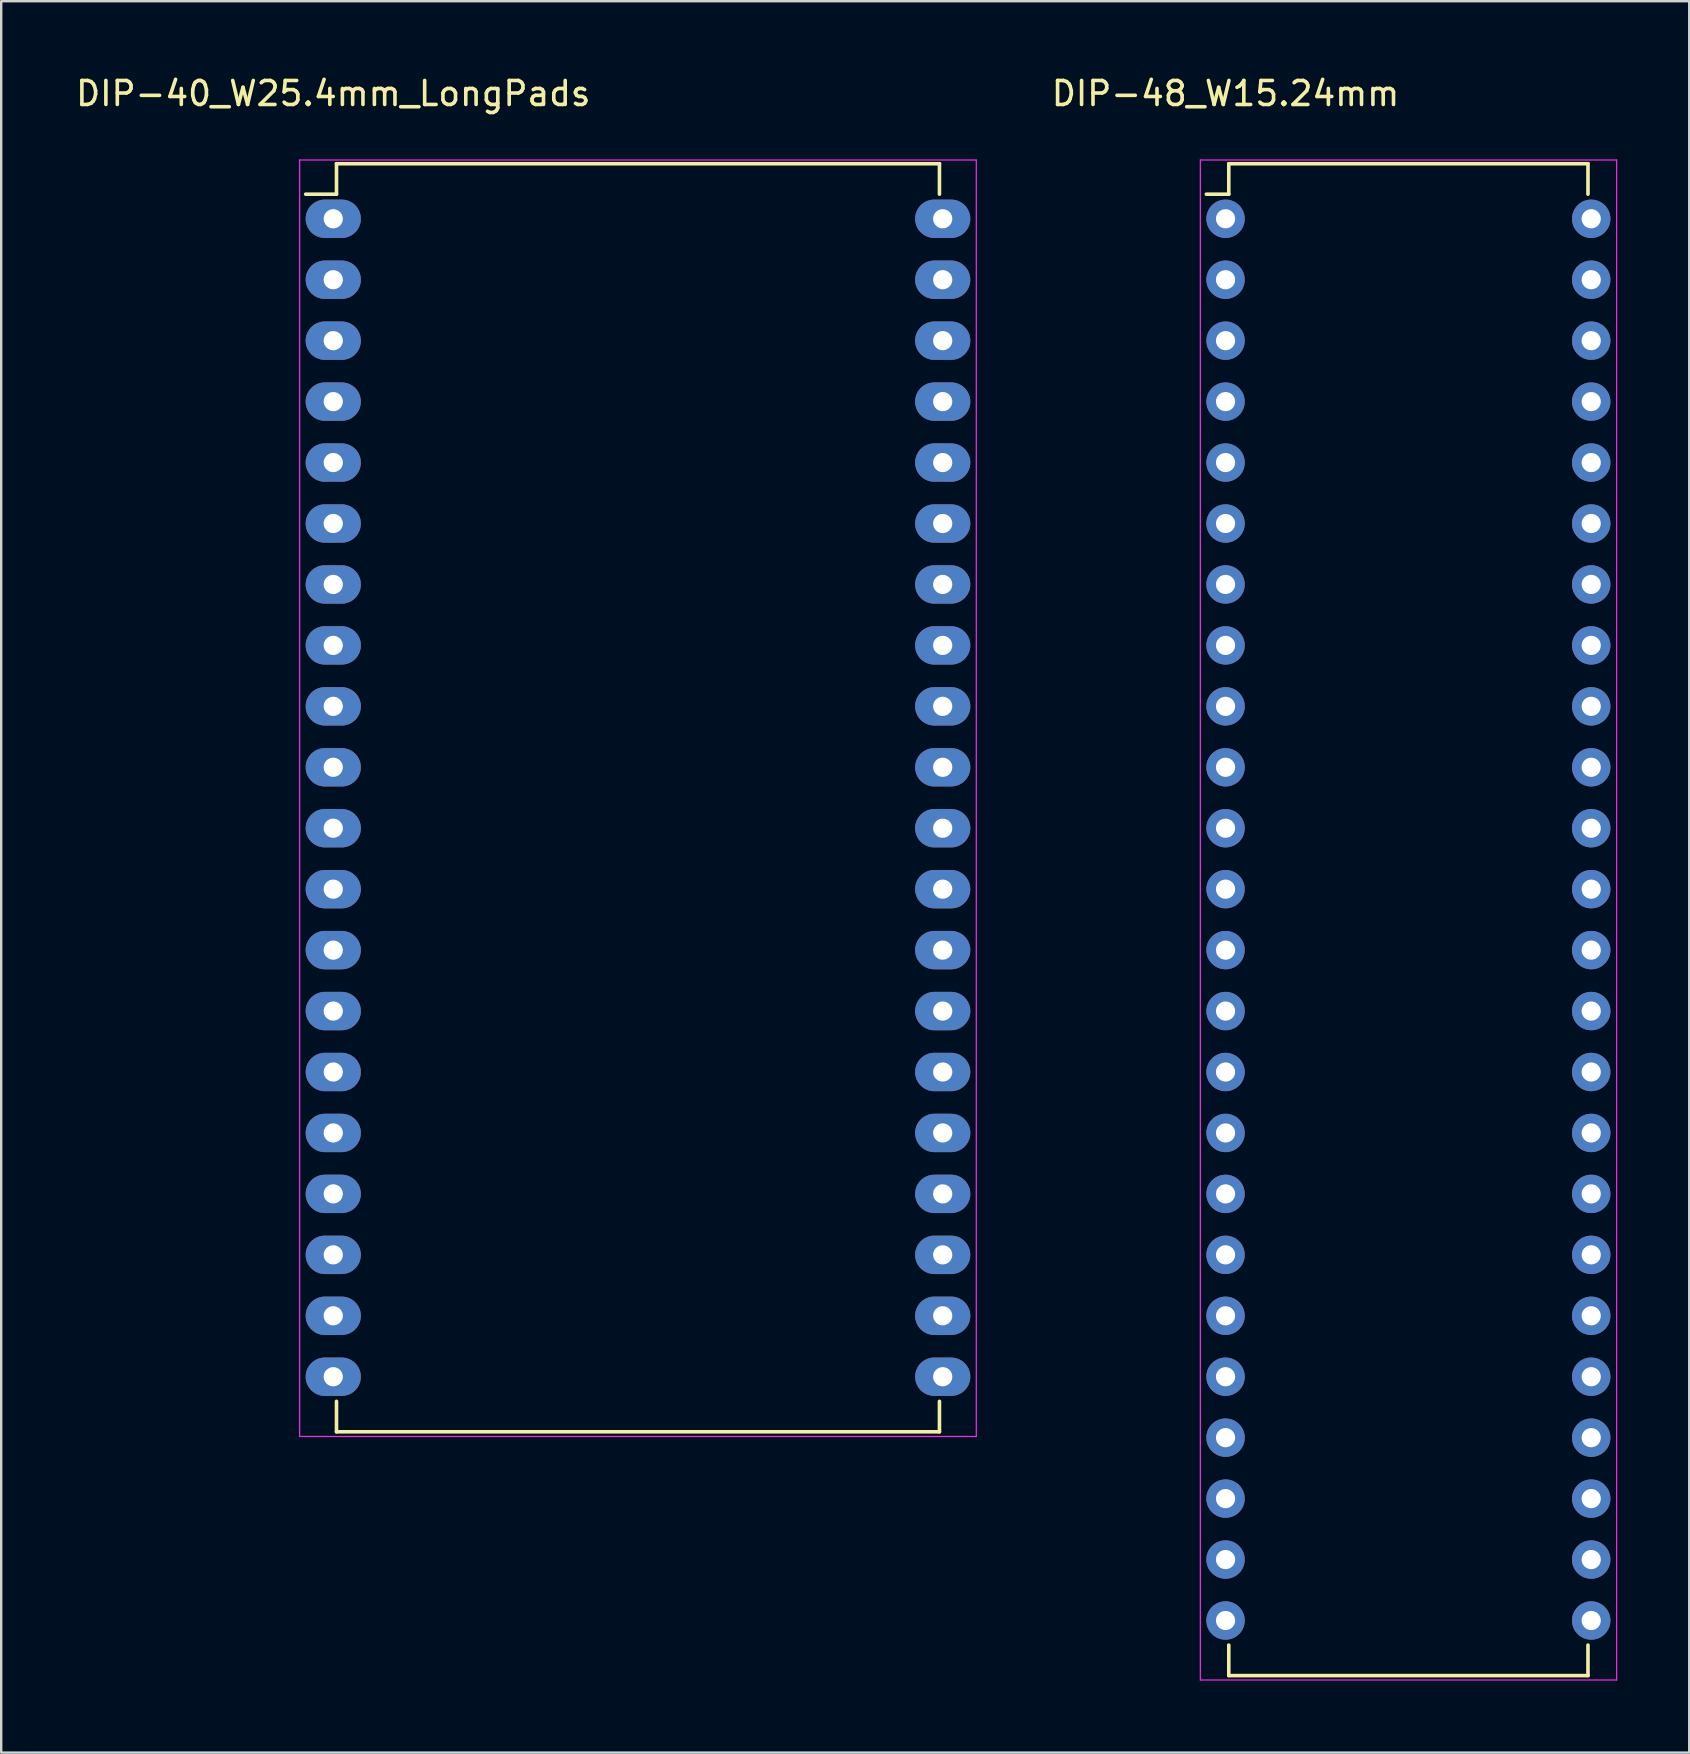
<source format=kicad_pcb>
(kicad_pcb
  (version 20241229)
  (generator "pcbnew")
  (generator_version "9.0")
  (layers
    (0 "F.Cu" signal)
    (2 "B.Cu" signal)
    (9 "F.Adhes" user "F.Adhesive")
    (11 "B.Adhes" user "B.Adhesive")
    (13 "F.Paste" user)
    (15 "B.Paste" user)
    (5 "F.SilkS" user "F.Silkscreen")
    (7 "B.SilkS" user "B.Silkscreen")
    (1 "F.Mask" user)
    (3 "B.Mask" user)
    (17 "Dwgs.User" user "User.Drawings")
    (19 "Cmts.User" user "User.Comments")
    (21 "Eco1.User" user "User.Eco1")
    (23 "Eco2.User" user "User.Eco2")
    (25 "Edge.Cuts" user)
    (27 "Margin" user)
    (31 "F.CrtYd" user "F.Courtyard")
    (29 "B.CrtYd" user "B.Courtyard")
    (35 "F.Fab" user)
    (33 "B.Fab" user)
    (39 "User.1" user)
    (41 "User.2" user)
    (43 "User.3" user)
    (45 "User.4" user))
  (footprint "DIP-48_W15.24mm"
    (layer "F.Cu")
    (at 48.027 6.068)
    (property "Reference" "DIP-48_W15.24mm" (at 0 -5.22 0) (layer "F.SilkS") (effects (font (size 1 1) (thickness 0.15))))
    (attr through_hole)
    (fp_line (start 0.135 -2.295) (end 0.135 -1.025) (stroke (width 0.15) (type solid)) (layer "F.SilkS"))
    (fp_line (start 0.135 -2.295) (end 15.105 -2.295) (stroke (width 0.15) (type solid)) (layer "F.SilkS"))
    (fp_line (start 0.135 -1.025) (end -0.8 -1.025) (stroke (width 0.15) (type solid)) (layer "F.SilkS"))
    (fp_line (start 0.135 60.715) (end 0.135 59.445) (stroke (width 0.15) (type solid)) (layer "F.SilkS"))
    (fp_line (start 0.135 60.715) (end 15.105 60.715) (stroke (width 0.15) (type solid)) (layer "F.SilkS"))
    (fp_line (start 15.105 -2.295) (end 15.105 -1.025) (stroke (width 0.15) (type solid)) (layer "F.SilkS"))
    (fp_line (start 15.105 60.715) (end 15.105 59.445) (stroke (width 0.15) (type solid)) (layer "F.SilkS"))
    (fp_line (start -1.05 -2.45) (end -1.05 60.9) (stroke (width 0.05) (type solid)) (layer "F.CrtYd"))
    (fp_line (start -1.05 -2.45) (end 16.3 -2.45) (stroke (width 0.05) (type solid)) (layer "F.CrtYd"))
    (fp_line (start -1.05 60.9) (end 16.3 60.9) (stroke (width 0.05) (type solid)) (layer "F.CrtYd"))
    (fp_line (start 16.3 -2.45) (end 16.3 60.9) (stroke (width 0.05) (type solid)) (layer "F.CrtYd"))
    (pad "1" thru_hole oval (at 0 0) (size 1.6 1.6) (drill 0.8) (layers "*.Cu" "*.Mask"))
    (pad "2" thru_hole oval (at 0 2.54) (size 1.6 1.6) (drill 0.8) (layers "*.Cu" "*.Mask"))
    (pad "3" thru_hole oval (at 0 5.08) (size 1.6 1.6) (drill 0.8) (layers "*.Cu" "*.Mask"))
    (pad "4" thru_hole oval (at 0 7.62) (size 1.6 1.6) (drill 0.8) (layers "*.Cu" "*.Mask"))
    (pad "5" thru_hole oval (at 0 10.16) (size 1.6 1.6) (drill 0.8) (layers "*.Cu" "*.Mask"))
    (pad "6" thru_hole oval (at 0 12.7) (size 1.6 1.6) (drill 0.8) (layers "*.Cu" "*.Mask"))
    (pad "7" thru_hole oval (at 0 15.24) (size 1.6 1.6) (drill 0.8) (layers "*.Cu" "*.Mask"))
    (pad "8" thru_hole oval (at 0 17.78) (size 1.6 1.6) (drill 0.8) (layers "*.Cu" "*.Mask"))
    (pad "9" thru_hole oval (at 0 20.32) (size 1.6 1.6) (drill 0.8) (layers "*.Cu" "*.Mask"))
    (pad "10" thru_hole oval (at 0 22.86) (size 1.6 1.6) (drill 0.8) (layers "*.Cu" "*.Mask"))
    (pad "11" thru_hole oval (at 0 25.4) (size 1.6 1.6) (drill 0.8) (layers "*.Cu" "*.Mask"))
    (pad "12" thru_hole oval (at 0 27.94) (size 1.6 1.6) (drill 0.8) (layers "*.Cu" "*.Mask"))
    (pad "13" thru_hole oval (at 0 30.48) (size 1.6 1.6) (drill 0.8) (layers "*.Cu" "*.Mask"))
    (pad "14" thru_hole oval (at 0 33.02) (size 1.6 1.6) (drill 0.8) (layers "*.Cu" "*.Mask"))
    (pad "15" thru_hole oval (at 0 35.56) (size 1.6 1.6) (drill 0.8) (layers "*.Cu" "*.Mask"))
    (pad "16" thru_hole oval (at 0 38.1) (size 1.6 1.6) (drill 0.8) (layers "*.Cu" "*.Mask"))
    (pad "17" thru_hole oval (at 0 40.64) (size 1.6 1.6) (drill 0.8) (layers "*.Cu" "*.Mask"))
    (pad "18" thru_hole oval (at 0 43.18) (size 1.6 1.6) (drill 0.8) (layers "*.Cu" "*.Mask"))
    (pad "19" thru_hole oval (at 0 45.72) (size 1.6 1.6) (drill 0.8) (layers "*.Cu" "*.Mask"))
    (pad "20" thru_hole oval (at 0 48.26) (size 1.6 1.6) (drill 0.8) (layers "*.Cu" "*.Mask"))
    (pad "21" thru_hole oval (at 0 50.8) (size 1.6 1.6) (drill 0.8) (layers "*.Cu" "*.Mask"))
    (pad "22" thru_hole oval (at 0 53.34) (size 1.6 1.6) (drill 0.8) (layers "*.Cu" "*.Mask"))
    (pad "23" thru_hole oval (at 0 55.88) (size 1.6 1.6) (drill 0.8) (layers "*.Cu" "*.Mask"))
    (pad "24" thru_hole oval (at 0 58.42) (size 1.6 1.6) (drill 0.8) (layers "*.Cu" "*.Mask"))
    (pad "25" thru_hole oval (at 15.24 58.42) (size 1.6 1.6) (drill 0.8) (layers "*.Cu" "*.Mask"))
    (pad "26" thru_hole oval (at 15.24 55.88) (size 1.6 1.6) (drill 0.8) (layers "*.Cu" "*.Mask"))
    (pad "27" thru_hole oval (at 15.24 53.34) (size 1.6 1.6) (drill 0.8) (layers "*.Cu" "*.Mask"))
    (pad "28" thru_hole oval (at 15.24 50.8) (size 1.6 1.6) (drill 0.8) (layers "*.Cu" "*.Mask"))
    (pad "29" thru_hole oval (at 15.24 48.26) (size 1.6 1.6) (drill 0.8) (layers "*.Cu" "*.Mask"))
    (pad "30" thru_hole oval (at 15.24 45.72) (size 1.6 1.6) (drill 0.8) (layers "*.Cu" "*.Mask"))
    (pad "31" thru_hole oval (at 15.24 43.18) (size 1.6 1.6) (drill 0.8) (layers "*.Cu" "*.Mask"))
    (pad "32" thru_hole oval (at 15.24 40.64) (size 1.6 1.6) (drill 0.8) (layers "*.Cu" "*.Mask"))
    (pad "33" thru_hole oval (at 15.24 38.1) (size 1.6 1.6) (drill 0.8) (layers "*.Cu" "*.Mask"))
    (pad "34" thru_hole oval (at 15.24 35.56) (size 1.6 1.6) (drill 0.8) (layers "*.Cu" "*.Mask"))
    (pad "35" thru_hole oval (at 15.24 33.02) (size 1.6 1.6) (drill 0.8) (layers "*.Cu" "*.Mask"))
    (pad "36" thru_hole oval (at 15.24 30.48) (size 1.6 1.6) (drill 0.8) (layers "*.Cu" "*.Mask"))
    (pad "37" thru_hole oval (at 15.24 27.94) (size 1.6 1.6) (drill 0.8) (layers "*.Cu" "*.Mask"))
    (pad "38" thru_hole oval (at 15.24 25.4) (size 1.6 1.6) (drill 0.8) (layers "*.Cu" "*.Mask"))
    (pad "39" thru_hole oval (at 15.24 22.86) (size 1.6 1.6) (drill 0.8) (layers "*.Cu" "*.Mask"))
    (pad "40" thru_hole oval (at 15.24 20.32) (size 1.6 1.6) (drill 0.8) (layers "*.Cu" "*.Mask"))
    (pad "41" thru_hole oval (at 15.24 17.78) (size 1.6 1.6) (drill 0.8) (layers "*.Cu" "*.Mask"))
    (pad "42" thru_hole oval (at 15.24 15.24) (size 1.6 1.6) (drill 0.8) (layers "*.Cu" "*.Mask"))
    (pad "43" thru_hole oval (at 15.24 12.7) (size 1.6 1.6) (drill 0.8) (layers "*.Cu" "*.Mask"))
    (pad "44" thru_hole oval (at 15.24 10.16) (size 1.6 1.6) (drill 0.8) (layers "*.Cu" "*.Mask"))
    (pad "45" thru_hole oval (at 15.24 7.62) (size 1.6 1.6) (drill 0.8) (layers "*.Cu" "*.Mask"))
    (pad "46" thru_hole oval (at 15.24 5.08) (size 1.6 1.6) (drill 0.8) (layers "*.Cu" "*.Mask"))
    (pad "47" thru_hole oval (at 15.24 2.54) (size 1.6 1.6) (drill 0.8) (layers "*.Cu" "*.Mask"))
    (pad "48" thru_hole oval (at 15.24 0) (size 1.6 1.6) (drill 0.8) (layers "*.Cu" "*.Mask")))
  (footprint "DIP-40_W25.4mm_LongPads"
    (layer "F.Cu")
    (at 10.839 6.068)
    (property "Reference" "DIP-40_W25.4mm_LongPads" (at 0 -5.22 0) (layer "F.SilkS") (effects (font (size 1 1) (thickness 0.15))))
    (attr through_hole)
    (fp_line (start 0.135 -2.295) (end 0.135 -1.025) (stroke (width 0.15) (type solid)) (layer "F.SilkS"))
    (fp_line (start 0.135 -2.295) (end 25.265 -2.295) (stroke (width 0.15) (type solid)) (layer "F.SilkS"))
    (fp_line (start 0.135 -1.025) (end -1.15 -1.025) (stroke (width 0.15) (type solid)) (layer "F.SilkS"))
    (fp_line (start 0.135 50.555) (end 0.135 49.285) (stroke (width 0.15) (type solid)) (layer "F.SilkS"))
    (fp_line (start 0.135 50.555) (end 25.265 50.555) (stroke (width 0.15) (type solid)) (layer "F.SilkS"))
    (fp_line (start 25.265 -2.295) (end 25.265 -1.025) (stroke (width 0.15) (type solid)) (layer "F.SilkS"))
    (fp_line (start 25.265 50.555) (end 25.265 49.285) (stroke (width 0.15) (type solid)) (layer "F.SilkS"))
    (fp_line (start -1.4 -2.45) (end -1.4 50.75) (stroke (width 0.05) (type solid)) (layer "F.CrtYd"))
    (fp_line (start -1.4 -2.45) (end 26.8 -2.45) (stroke (width 0.05) (type solid)) (layer "F.CrtYd"))
    (fp_line (start -1.4 50.75) (end 26.8 50.75) (stroke (width 0.05) (type solid)) (layer "F.CrtYd"))
    (fp_line (start 26.8 -2.45) (end 26.8 50.75) (stroke (width 0.05) (type solid)) (layer "F.CrtYd"))
    (pad "1" thru_hole oval (at 0 0) (size 2.3 1.6) (drill 0.8) (layers "*.Cu" "*.Mask"))
    (pad "2" thru_hole oval (at 0 2.54) (size 2.3 1.6) (drill 0.8) (layers "*.Cu" "*.Mask"))
    (pad "3" thru_hole oval (at 0 5.08) (size 2.3 1.6) (drill 0.8) (layers "*.Cu" "*.Mask"))
    (pad "4" thru_hole oval (at 0 7.62) (size 2.3 1.6) (drill 0.8) (layers "*.Cu" "*.Mask"))
    (pad "5" thru_hole oval (at 0 10.16) (size 2.3 1.6) (drill 0.8) (layers "*.Cu" "*.Mask"))
    (pad "6" thru_hole oval (at 0 12.7) (size 2.3 1.6) (drill 0.8) (layers "*.Cu" "*.Mask"))
    (pad "7" thru_hole oval (at 0 15.24) (size 2.3 1.6) (drill 0.8) (layers "*.Cu" "*.Mask"))
    (pad "8" thru_hole oval (at 0 17.78) (size 2.3 1.6) (drill 0.8) (layers "*.Cu" "*.Mask"))
    (pad "9" thru_hole oval (at 0 20.32) (size 2.3 1.6) (drill 0.8) (layers "*.Cu" "*.Mask"))
    (pad "10" thru_hole oval (at 0 22.86) (size 2.3 1.6) (drill 0.8) (layers "*.Cu" "*.Mask"))
    (pad "11" thru_hole oval (at 0 25.4) (size 2.3 1.6) (drill 0.8) (layers "*.Cu" "*.Mask"))
    (pad "12" thru_hole oval (at 0 27.94) (size 2.3 1.6) (drill 0.8) (layers "*.Cu" "*.Mask"))
    (pad "13" thru_hole oval (at 0 30.48) (size 2.3 1.6) (drill 0.8) (layers "*.Cu" "*.Mask"))
    (pad "14" thru_hole oval (at 0 33.02) (size 2.3 1.6) (drill 0.8) (layers "*.Cu" "*.Mask"))
    (pad "15" thru_hole oval (at 0 35.56) (size 2.3 1.6) (drill 0.8) (layers "*.Cu" "*.Mask"))
    (pad "16" thru_hole oval (at 0 38.1) (size 2.3 1.6) (drill 0.8) (layers "*.Cu" "*.Mask"))
    (pad "17" thru_hole oval (at 0 40.64) (size 2.3 1.6) (drill 0.8) (layers "*.Cu" "*.Mask"))
    (pad "18" thru_hole oval (at 0 43.18) (size 2.3 1.6) (drill 0.8) (layers "*.Cu" "*.Mask"))
    (pad "19" thru_hole oval (at 0 45.72) (size 2.3 1.6) (drill 0.8) (layers "*.Cu" "*.Mask"))
    (pad "20" thru_hole oval (at 0 48.26) (size 2.3 1.6) (drill 0.8) (layers "*.Cu" "*.Mask"))
    (pad "21" thru_hole oval (at 25.4 48.26) (size 2.3 1.6) (drill 0.8) (layers "*.Cu" "*.Mask"))
    (pad "22" thru_hole oval (at 25.4 45.72) (size 2.3 1.6) (drill 0.8) (layers "*.Cu" "*.Mask"))
    (pad "23" thru_hole oval (at 25.4 43.18) (size 2.3 1.6) (drill 0.8) (layers "*.Cu" "*.Mask"))
    (pad "24" thru_hole oval (at 25.4 40.64) (size 2.3 1.6) (drill 0.8) (layers "*.Cu" "*.Mask"))
    (pad "25" thru_hole oval (at 25.4 38.1) (size 2.3 1.6) (drill 0.8) (layers "*.Cu" "*.Mask"))
    (pad "26" thru_hole oval (at 25.4 35.56) (size 2.3 1.6) (drill 0.8) (layers "*.Cu" "*.Mask"))
    (pad "27" thru_hole oval (at 25.4 33.02) (size 2.3 1.6) (drill 0.8) (layers "*.Cu" "*.Mask"))
    (pad "28" thru_hole oval (at 25.4 30.48) (size 2.3 1.6) (drill 0.8) (layers "*.Cu" "*.Mask"))
    (pad "29" thru_hole oval (at 25.4 27.94) (size 2.3 1.6) (drill 0.8) (layers "*.Cu" "*.Mask"))
    (pad "30" thru_hole oval (at 25.4 25.4) (size 2.3 1.6) (drill 0.8) (layers "*.Cu" "*.Mask"))
    (pad "31" thru_hole oval (at 25.4 22.86) (size 2.3 1.6) (drill 0.8) (layers "*.Cu" "*.Mask"))
    (pad "32" thru_hole oval (at 25.4 20.32) (size 2.3 1.6) (drill 0.8) (layers "*.Cu" "*.Mask"))
    (pad "33" thru_hole oval (at 25.4 17.78) (size 2.3 1.6) (drill 0.8) (layers "*.Cu" "*.Mask"))
    (pad "34" thru_hole oval (at 25.4 15.24) (size 2.3 1.6) (drill 0.8) (layers "*.Cu" "*.Mask"))
    (pad "35" thru_hole oval (at 25.4 12.7) (size 2.3 1.6) (drill 0.8) (layers "*.Cu" "*.Mask"))
    (pad "36" thru_hole oval (at 25.4 10.16) (size 2.3 1.6) (drill 0.8) (layers "*.Cu" "*.Mask"))
    (pad "37" thru_hole oval (at 25.4 7.62) (size 2.3 1.6) (drill 0.8) (layers "*.Cu" "*.Mask"))
    (pad "38" thru_hole oval (at 25.4 5.08) (size 2.3 1.6) (drill 0.8) (layers "*.Cu" "*.Mask"))
    (pad "39" thru_hole oval (at 25.4 2.54) (size 2.3 1.6) (drill 0.8) (layers "*.Cu" "*.Mask"))
    (pad "40" thru_hole oval (at 25.4 0) (size 2.3 1.6) (drill 0.8) (layers "*.Cu" "*.Mask")))
  (gr_rect
    (start -3 -3)
    (end 67.352 69.993)
    (stroke (width 0.1) (type default))
    (fill no)
    (layer "Edge.Cuts")))
</source>
